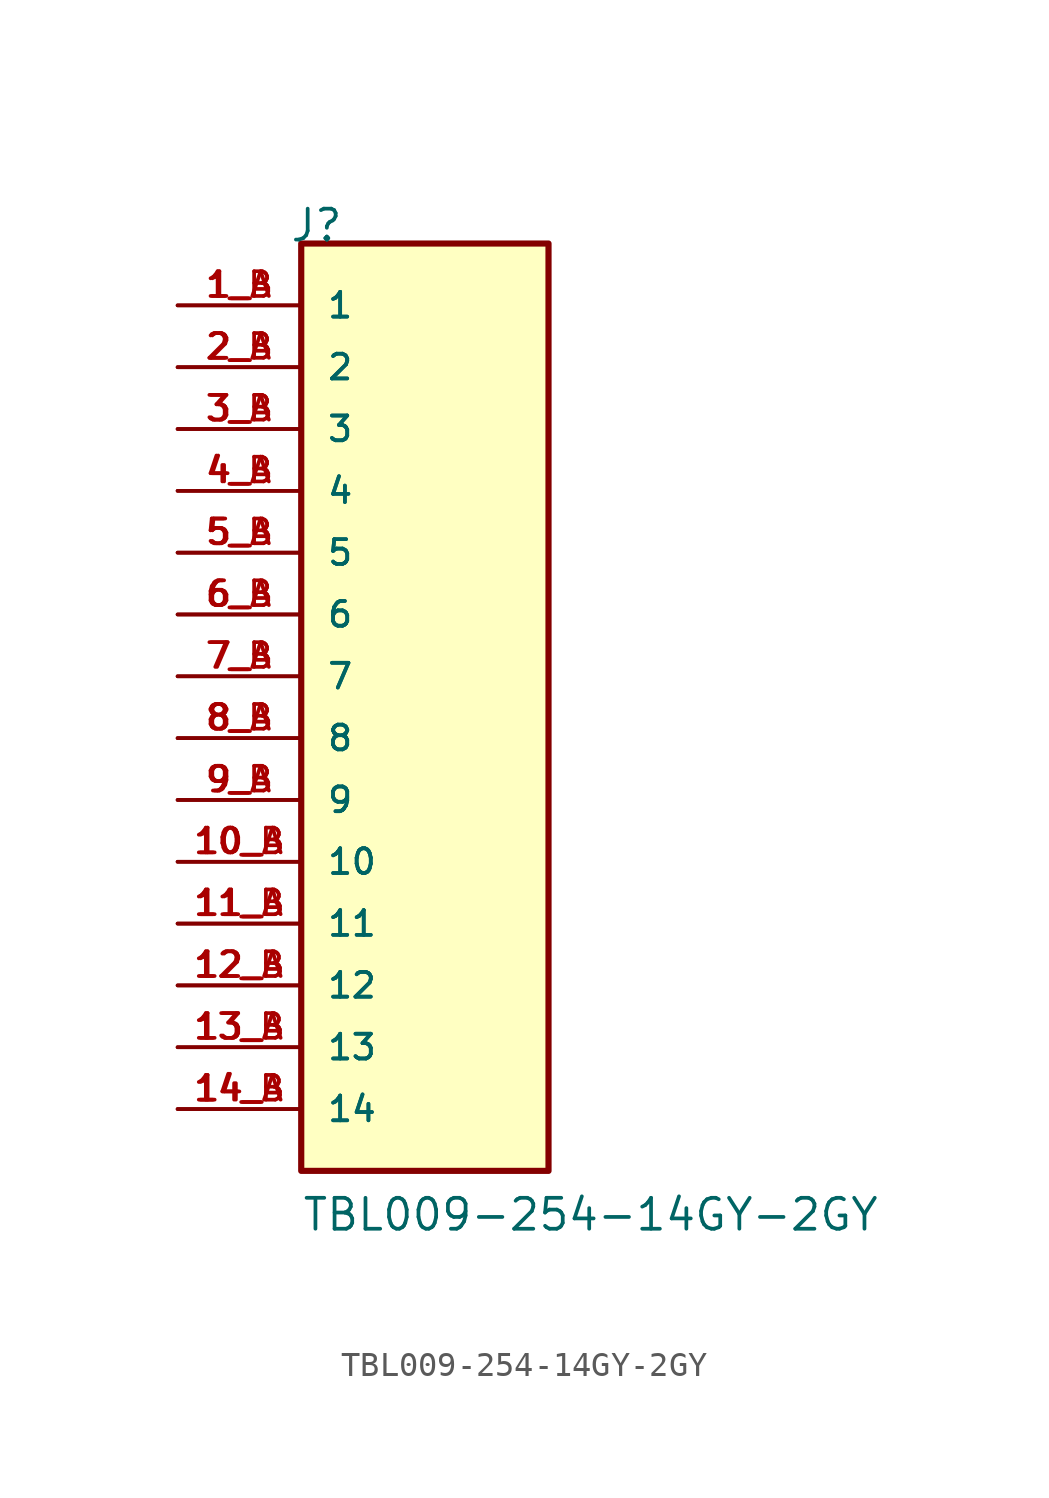
<source format=kicad_sym>
(kicad_symbol_lib
  (version 20211014)
  (generator kicad_symbol_editor)
  (symbol "TBL009-254-14GY-2GY"
    (pin_names
      (offset 1.016))
    (property "Reference" "J"
      (at -5.58 20.32 0)
      (effects (font (size 1.27 1.27)) (justify bottom left)))
    (property "Value" "TBL009-254-14GY-2GY"
      (at -5.08 -20.32 0)
      (effects (font (size 1.27 1.27)) (justify bottom left)))
    (symbol "TBL009-254-14GY-2GY_0_0"
      (rectangle (start -5.08 -17.78) (end 5.08 20.32) (stroke (width 0.254)) (fill (type background)))
      (pin passive line (at -10.16 17.78 0) (length 5.08) (name "1" (effects (font (size 1.016 1.016)))) (number "1_A" (effects (font (size 1.016 1.016)))))
      (pin passive line (at -10.16 17.78 0) (length 5.08) (name "1" (effects (font (size 1.016 1.016)))) (number "1_B" (effects (font (size 1.016 1.016)))))
      (pin passive line (at -10.16 15.24 0) (length 5.08) (name "2" (effects (font (size 1.016 1.016)))) (number "2_A" (effects (font (size 1.016 1.016)))))
      (pin passive line (at -10.16 15.24 0) (length 5.08) (name "2" (effects (font (size 1.016 1.016)))) (number "2_B" (effects (font (size 1.016 1.016)))))
      (pin passive line (at -10.16 12.7 0) (length 5.08) (name "3" (effects (font (size 1.016 1.016)))) (number "3_A" (effects (font (size 1.016 1.016)))))
      (pin passive line (at -10.16 12.7 0) (length 5.08) (name "3" (effects (font (size 1.016 1.016)))) (number "3_B" (effects (font (size 1.016 1.016)))))
      (pin passive line (at -10.16 10.16 0) (length 5.08) (name "4" (effects (font (size 1.016 1.016)))) (number "4_A" (effects (font (size 1.016 1.016)))))
      (pin passive line (at -10.16 10.16 0) (length 5.08) (name "4" (effects (font (size 1.016 1.016)))) (number "4_B" (effects (font (size 1.016 1.016)))))
      (pin passive line (at -10.16 7.62 0) (length 5.08) (name "5" (effects (font (size 1.016 1.016)))) (number "5_A" (effects (font (size 1.016 1.016)))))
      (pin passive line (at -10.16 7.62 0) (length 5.08) (name "5" (effects (font (size 1.016 1.016)))) (number "5_B" (effects (font (size 1.016 1.016)))))
      (pin passive line (at -10.16 5.08 0) (length 5.08) (name "6" (effects (font (size 1.016 1.016)))) (number "6_A" (effects (font (size 1.016 1.016)))))
      (pin passive line (at -10.16 5.08 0) (length 5.08) (name "6" (effects (font (size 1.016 1.016)))) (number "6_B" (effects (font (size 1.016 1.016)))))
      (pin passive line (at -10.16 2.54 0) (length 5.08) (name "7" (effects (font (size 1.016 1.016)))) (number "7_A" (effects (font (size 1.016 1.016)))))
      (pin passive line (at -10.16 2.54 0) (length 5.08) (name "7" (effects (font (size 1.016 1.016)))) (number "7_B" (effects (font (size 1.016 1.016)))))
      (pin passive line (at -10.16 0.0 0) (length 5.08) (name "8" (effects (font (size 1.016 1.016)))) (number "8_A" (effects (font (size 1.016 1.016)))))
      (pin passive line (at -10.16 0.0 0) (length 5.08) (name "8" (effects (font (size 1.016 1.016)))) (number "8_B" (effects (font (size 1.016 1.016)))))
      (pin passive line (at -10.16 -2.54 0) (length 5.08) (name "9" (effects (font (size 1.016 1.016)))) (number "9_A" (effects (font (size 1.016 1.016)))))
      (pin passive line (at -10.16 -2.54 0) (length 5.08) (name "9" (effects (font (size 1.016 1.016)))) (number "9_B" (effects (font (size 1.016 1.016)))))
      (pin passive line (at -10.16 -5.08 0) (length 5.08) (name "10" (effects (font (size 1.016 1.016)))) (number "10_A" (effects (font (size 1.016 1.016)))))
      (pin passive line (at -10.16 -5.08 0) (length 5.08) (name "10" (effects (font (size 1.016 1.016)))) (number "10_B" (effects (font (size 1.016 1.016)))))
      (pin passive line (at -10.16 -7.62 0) (length 5.08) (name "11" (effects (font (size 1.016 1.016)))) (number "11_A" (effects (font (size 1.016 1.016)))))
      (pin passive line (at -10.16 -7.62 0) (length 5.08) (name "11" (effects (font (size 1.016 1.016)))) (number "11_B" (effects (font (size 1.016 1.016)))))
      (pin passive line (at -10.16 -10.16 0) (length 5.08) (name "12" (effects (font (size 1.016 1.016)))) (number "12_A" (effects (font (size 1.016 1.016)))))
      (pin passive line (at -10.16 -10.16 0) (length 5.08) (name "12" (effects (font (size 1.016 1.016)))) (number "12_B" (effects (font (size 1.016 1.016)))))
      (pin passive line (at -10.16 -12.7 0) (length 5.08) (name "13" (effects (font (size 1.016 1.016)))) (number "13_A" (effects (font (size 1.016 1.016)))))
      (pin passive line (at -10.16 -12.7 0) (length 5.08) (name "13" (effects (font (size 1.016 1.016)))) (number "13_B" (effects (font (size 1.016 1.016)))))
      (pin passive line (at -10.16 -15.24 0) (length 5.08) (name "14" (effects (font (size 1.016 1.016)))) (number "14_A" (effects (font (size 1.016 1.016)))))
      (pin passive line (at -10.16 -15.24 0) (length 5.08) (name "14" (effects (font (size 1.016 1.016)))) (number "14_B" (effects (font (size 1.016 1.016))))))))
</source>
